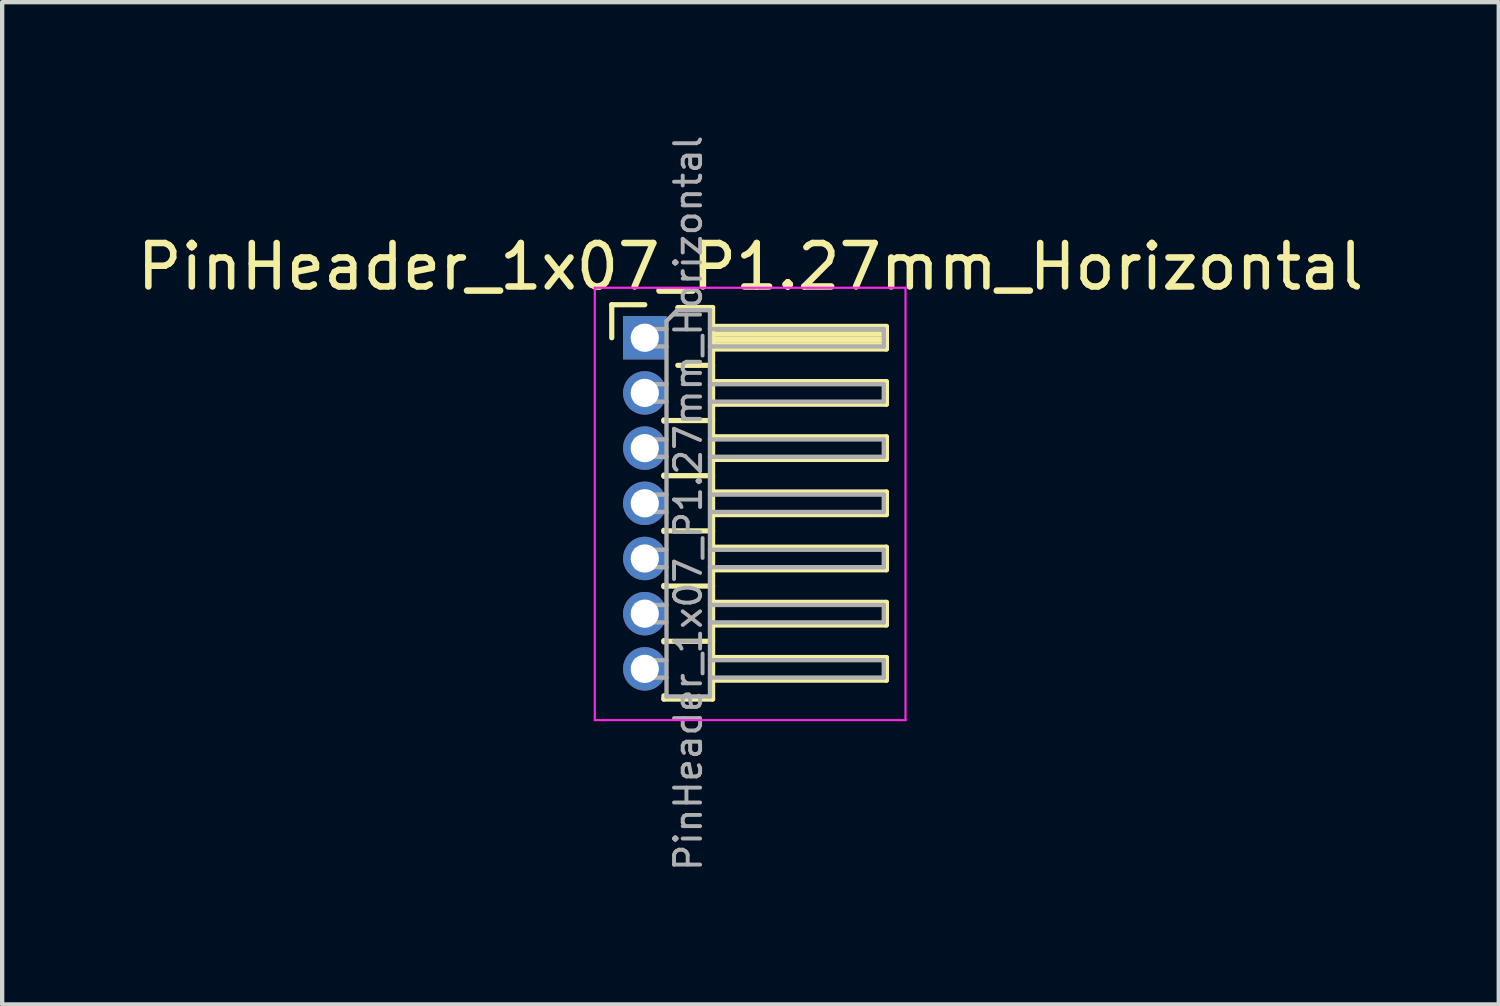
<source format=kicad_pcb>
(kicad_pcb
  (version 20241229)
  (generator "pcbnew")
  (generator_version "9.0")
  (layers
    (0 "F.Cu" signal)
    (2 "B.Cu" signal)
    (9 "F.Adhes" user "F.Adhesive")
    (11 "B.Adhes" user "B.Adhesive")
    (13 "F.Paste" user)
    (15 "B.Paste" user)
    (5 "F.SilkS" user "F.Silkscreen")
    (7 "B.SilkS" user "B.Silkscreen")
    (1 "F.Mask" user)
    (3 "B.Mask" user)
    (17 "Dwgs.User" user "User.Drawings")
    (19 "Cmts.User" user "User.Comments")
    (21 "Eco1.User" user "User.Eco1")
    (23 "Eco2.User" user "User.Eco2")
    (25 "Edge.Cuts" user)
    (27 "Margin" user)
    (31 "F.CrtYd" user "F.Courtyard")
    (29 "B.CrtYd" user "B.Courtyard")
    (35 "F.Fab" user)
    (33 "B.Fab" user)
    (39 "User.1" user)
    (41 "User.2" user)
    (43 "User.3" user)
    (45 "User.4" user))
  (footprint "PinHeader_1x07_P1.27mm_Horizontal"
    (layer "F.Cu")
    (at 11.788 4.722)
    (property "Reference" "PinHeader_1x07_P1.27mm_Horizontal" (at 2.433 -1.635 0) (layer "F.SilkS") (effects (font (size 1 1) (thickness 0.15))))
    (attr through_hole)
    (fp_line (start -0.76 -0.76) (end 0 -0.76) (stroke (width 0.12) (type solid)) (layer "F.SilkS"))
    (fp_line (start -0.76 0) (end -0.76 -0.76) (stroke (width 0.12) (type solid)) (layer "F.SilkS"))
    (fp_line (start 0.44 1.89) (end 0.44 1.92) (stroke (width 0.12) (type solid)) (layer "F.SilkS"))
    (fp_line (start 0.44 1.905) (end 1.56 1.905) (stroke (width 0.12) (type solid)) (layer "F.SilkS"))
    (fp_line (start 0.44 3.16) (end 0.44 3.19) (stroke (width 0.12) (type solid)) (layer "F.SilkS"))
    (fp_line (start 0.44 3.175) (end 1.56 3.175) (stroke (width 0.12) (type solid)) (layer "F.SilkS"))
    (fp_line (start 0.44 4.43) (end 0.44 4.46) (stroke (width 0.12) (type solid)) (layer "F.SilkS"))
    (fp_line (start 0.44 4.445) (end 1.56 4.445) (stroke (width 0.12) (type solid)) (layer "F.SilkS"))
    (fp_line (start 0.44 5.7) (end 0.44 5.73) (stroke (width 0.12) (type solid)) (layer "F.SilkS"))
    (fp_line (start 0.44 5.715) (end 1.56 5.715) (stroke (width 0.12) (type solid)) (layer "F.SilkS"))
    (fp_line (start 0.44 6.97) (end 0.44 7) (stroke (width 0.12) (type solid)) (layer "F.SilkS"))
    (fp_line (start 0.44 6.985) (end 1.56 6.985) (stroke (width 0.12) (type solid)) (layer "F.SilkS"))
    (fp_line (start 0.44 8.315) (end 0.44 8.24) (stroke (width 0.12) (type solid)) (layer "F.SilkS"))
    (fp_line (start 0.76 -0.695) (end 1.56 -0.695) (stroke (width 0.12) (type solid)) (layer "F.SilkS"))
    (fp_line (start 0.76 0.635) (end 1.56 0.635) (stroke (width 0.12) (type solid)) (layer "F.SilkS"))
    (fp_line (start 1.56 -0.695) (end 1.56 8.315) (stroke (width 0.12) (type solid)) (layer "F.SilkS"))
    (fp_line (start 1.56 -0.26) (end 5.56 -0.26) (stroke (width 0.12) (type solid)) (layer "F.SilkS"))
    (fp_line (start 1.56 -0.2) (end 5.56 -0.2) (stroke (width 0.12) (type solid)) (layer "F.SilkS"))
    (fp_line (start 1.56 -0.08) (end 5.56 -0.08) (stroke (width 0.12) (type solid)) (layer "F.SilkS"))
    (fp_line (start 1.56 0.04) (end 5.56 0.04) (stroke (width 0.12) (type solid)) (layer "F.SilkS"))
    (fp_line (start 1.56 0.16) (end 5.56 0.16) (stroke (width 0.12) (type solid)) (layer "F.SilkS"))
    (fp_line (start 1.56 1.01) (end 5.56 1.01) (stroke (width 0.12) (type solid)) (layer "F.SilkS"))
    (fp_line (start 1.56 2.28) (end 5.56 2.28) (stroke (width 0.12) (type solid)) (layer "F.SilkS"))
    (fp_line (start 1.56 3.55) (end 5.56 3.55) (stroke (width 0.12) (type solid)) (layer "F.SilkS"))
    (fp_line (start 1.56 4.82) (end 5.56 4.82) (stroke (width 0.12) (type solid)) (layer "F.SilkS"))
    (fp_line (start 1.56 6.09) (end 5.56 6.09) (stroke (width 0.12) (type solid)) (layer "F.SilkS"))
    (fp_line (start 1.56 7.36) (end 5.56 7.36) (stroke (width 0.12) (type solid)) (layer "F.SilkS"))
    (fp_line (start 1.56 8.315) (end 0.44 8.315) (stroke (width 0.12) (type solid)) (layer "F.SilkS"))
    (fp_line (start 5.56 -0.26) (end 5.56 0.26) (stroke (width 0.12) (type solid)) (layer "F.SilkS"))
    (fp_line (start 5.56 0.26) (end 1.56 0.26) (stroke (width 0.12) (type solid)) (layer "F.SilkS"))
    (fp_line (start 5.56 1.01) (end 5.56 1.53) (stroke (width 0.12) (type solid)) (layer "F.SilkS"))
    (fp_line (start 5.56 1.53) (end 1.56 1.53) (stroke (width 0.12) (type solid)) (layer "F.SilkS"))
    (fp_line (start 5.56 2.28) (end 5.56 2.8) (stroke (width 0.12) (type solid)) (layer "F.SilkS"))
    (fp_line (start 5.56 2.8) (end 1.56 2.8) (stroke (width 0.12) (type solid)) (layer "F.SilkS"))
    (fp_line (start 5.56 3.55) (end 5.56 4.07) (stroke (width 0.12) (type solid)) (layer "F.SilkS"))
    (fp_line (start 5.56 4.07) (end 1.56 4.07) (stroke (width 0.12) (type solid)) (layer "F.SilkS"))
    (fp_line (start 5.56 4.82) (end 5.56 5.34) (stroke (width 0.12) (type solid)) (layer "F.SilkS"))
    (fp_line (start 5.56 5.34) (end 1.56 5.34) (stroke (width 0.12) (type solid)) (layer "F.SilkS"))
    (fp_line (start 5.56 6.09) (end 5.56 6.61) (stroke (width 0.12) (type solid)) (layer "F.SilkS"))
    (fp_line (start 5.56 6.61) (end 1.56 6.61) (stroke (width 0.12) (type solid)) (layer "F.SilkS"))
    (fp_line (start 5.56 7.36) (end 5.56 7.88) (stroke (width 0.12) (type solid)) (layer "F.SilkS"))
    (fp_line (start 5.56 7.88) (end 1.56 7.88) (stroke (width 0.12) (type solid)) (layer "F.SilkS"))
    (fp_line (start -1.15 -1.15) (end -1.15 8.8) (stroke (width 0.05) (type solid)) (layer "F.CrtYd"))
    (fp_line (start -1.15 8.8) (end 6 8.8) (stroke (width 0.05) (type solid)) (layer "F.CrtYd"))
    (fp_line (start 6 -1.15) (end -1.15 -1.15) (stroke (width 0.05) (type solid)) (layer "F.CrtYd"))
    (fp_line (start 6 8.8) (end 6 -1.15) (stroke (width 0.05) (type solid)) (layer "F.CrtYd"))
    (fp_line (start -0.2 -0.2) (end -0.2 0.2) (stroke (width 0.1) (type solid)) (layer "F.Fab"))
    (fp_line (start -0.2 -0.2) (end 0.5 -0.2) (stroke (width 0.1) (type solid)) (layer "F.Fab"))
    (fp_line (start -0.2 0.2) (end 0.5 0.2) (stroke (width 0.1) (type solid)) (layer "F.Fab"))
    (fp_line (start -0.2 1.07) (end -0.2 1.47) (stroke (width 0.1) (type solid)) (layer "F.Fab"))
    (fp_line (start -0.2 1.07) (end 0.5 1.07) (stroke (width 0.1) (type solid)) (layer "F.Fab"))
    (fp_line (start -0.2 1.47) (end 0.5 1.47) (stroke (width 0.1) (type solid)) (layer "F.Fab"))
    (fp_line (start -0.2 2.34) (end -0.2 2.74) (stroke (width 0.1) (type solid)) (layer "F.Fab"))
    (fp_line (start -0.2 2.34) (end 0.5 2.34) (stroke (width 0.1) (type solid)) (layer "F.Fab"))
    (fp_line (start -0.2 2.74) (end 0.5 2.74) (stroke (width 0.1) (type solid)) (layer "F.Fab"))
    (fp_line (start -0.2 3.61) (end -0.2 4.01) (stroke (width 0.1) (type solid)) (layer "F.Fab"))
    (fp_line (start -0.2 3.61) (end 0.5 3.61) (stroke (width 0.1) (type solid)) (layer "F.Fab"))
    (fp_line (start -0.2 4.01) (end 0.5 4.01) (stroke (width 0.1) (type solid)) (layer "F.Fab"))
    (fp_line (start -0.2 4.88) (end -0.2 5.28) (stroke (width 0.1) (type solid)) (layer "F.Fab"))
    (fp_line (start -0.2 4.88) (end 0.5 4.88) (stroke (width 0.1) (type solid)) (layer "F.Fab"))
    (fp_line (start -0.2 5.28) (end 0.5 5.28) (stroke (width 0.1) (type solid)) (layer "F.Fab"))
    (fp_line (start -0.2 6.15) (end -0.2 6.55) (stroke (width 0.1) (type solid)) (layer "F.Fab"))
    (fp_line (start -0.2 6.15) (end 0.5 6.15) (stroke (width 0.1) (type solid)) (layer "F.Fab"))
    (fp_line (start -0.2 6.55) (end 0.5 6.55) (stroke (width 0.1) (type solid)) (layer "F.Fab"))
    (fp_line (start -0.2 7.42) (end -0.2 7.82) (stroke (width 0.1) (type solid)) (layer "F.Fab"))
    (fp_line (start -0.2 7.42) (end 0.5 7.42) (stroke (width 0.1) (type solid)) (layer "F.Fab"))
    (fp_line (start -0.2 7.82) (end 0.5 7.82) (stroke (width 0.1) (type solid)) (layer "F.Fab"))
    (fp_line (start 0.5 -0.385) (end 0.75 -0.635) (stroke (width 0.1) (type solid)) (layer "F.Fab"))
    (fp_line (start 0.5 8.255) (end 0.5 -0.385) (stroke (width 0.1) (type solid)) (layer "F.Fab"))
    (fp_line (start 0.75 -0.635) (end 1.5 -0.635) (stroke (width 0.1) (type solid)) (layer "F.Fab"))
    (fp_line (start 1.5 -0.635) (end 1.5 8.255) (stroke (width 0.1) (type solid)) (layer "F.Fab"))
    (fp_line (start 1.5 -0.2) (end 5.5 -0.2) (stroke (width 0.1) (type solid)) (layer "F.Fab"))
    (fp_line (start 1.5 0.2) (end 5.5 0.2) (stroke (width 0.1) (type solid)) (layer "F.Fab"))
    (fp_line (start 1.5 1.07) (end 5.5 1.07) (stroke (width 0.1) (type solid)) (layer "F.Fab"))
    (fp_line (start 1.5 1.47) (end 5.5 1.47) (stroke (width 0.1) (type solid)) (layer "F.Fab"))
    (fp_line (start 1.5 2.34) (end 5.5 2.34) (stroke (width 0.1) (type solid)) (layer "F.Fab"))
    (fp_line (start 1.5 2.74) (end 5.5 2.74) (stroke (width 0.1) (type solid)) (layer "F.Fab"))
    (fp_line (start 1.5 3.61) (end 5.5 3.61) (stroke (width 0.1) (type solid)) (layer "F.Fab"))
    (fp_line (start 1.5 4.01) (end 5.5 4.01) (stroke (width 0.1) (type solid)) (layer "F.Fab"))
    (fp_line (start 1.5 4.88) (end 5.5 4.88) (stroke (width 0.1) (type solid)) (layer "F.Fab"))
    (fp_line (start 1.5 5.28) (end 5.5 5.28) (stroke (width 0.1) (type solid)) (layer "F.Fab"))
    (fp_line (start 1.5 6.15) (end 5.5 6.15) (stroke (width 0.1) (type solid)) (layer "F.Fab"))
    (fp_line (start 1.5 6.55) (end 5.5 6.55) (stroke (width 0.1) (type solid)) (layer "F.Fab"))
    (fp_line (start 1.5 7.42) (end 5.5 7.42) (stroke (width 0.1) (type solid)) (layer "F.Fab"))
    (fp_line (start 1.5 7.82) (end 5.5 7.82) (stroke (width 0.1) (type solid)) (layer "F.Fab"))
    (fp_line (start 1.5 8.255) (end 0.5 8.255) (stroke (width 0.1) (type solid)) (layer "F.Fab"))
    (fp_line (start 5.5 -0.2) (end 5.5 0.2) (stroke (width 0.1) (type solid)) (layer "F.Fab"))
    (fp_line (start 5.5 1.07) (end 5.5 1.47) (stroke (width 0.1) (type solid)) (layer "F.Fab"))
    (fp_line (start 5.5 2.34) (end 5.5 2.74) (stroke (width 0.1) (type solid)) (layer "F.Fab"))
    (fp_line (start 5.5 3.61) (end 5.5 4.01) (stroke (width 0.1) (type solid)) (layer "F.Fab"))
    (fp_line (start 5.5 4.88) (end 5.5 5.28) (stroke (width 0.1) (type solid)) (layer "F.Fab"))
    (fp_line (start 5.5 6.15) (end 5.5 6.55) (stroke (width 0.1) (type solid)) (layer "F.Fab"))
    (fp_line (start 5.5 7.42) (end 5.5 7.82) (stroke (width 0.1) (type solid)) (layer "F.Fab"))
    (fp_text user "${REFERENCE}" (at 1 3.81 90) (layer "F.Fab") (effects (font (size 0.6 0.6) (thickness 0.09))))
    (pad "1" thru_hole rect (at 0 0) (size 1 1) (drill 0.65) (layers "*.Cu" "*.Mask"))
    (pad "2" thru_hole oval (at 0 1.27) (size 1 1) (drill 0.65) (layers "*.Cu" "*.Mask"))
    (pad "3" thru_hole oval (at 0 2.54) (size 1 1) (drill 0.65) (layers "*.Cu" "*.Mask"))
    (pad "4" thru_hole oval (at 0 3.81) (size 1 1) (drill 0.65) (layers "*.Cu" "*.Mask"))
    (pad "5" thru_hole oval (at 0 5.08) (size 1 1) (drill 0.65) (layers "*.Cu" "*.Mask"))
    (pad "6" thru_hole oval (at 0 6.35) (size 1 1) (drill 0.65) (layers "*.Cu" "*.Mask"))
    (pad "7" thru_hole oval (at 0 7.62) (size 1 1) (drill 0.65) (layers "*.Cu" "*.Mask")))
  (gr_rect
    (start -3 -3)
    (end 31.44 20.064)
    (stroke (width 0.1) (type default))
    (fill no)
    (layer "Edge.Cuts")))
</source>
